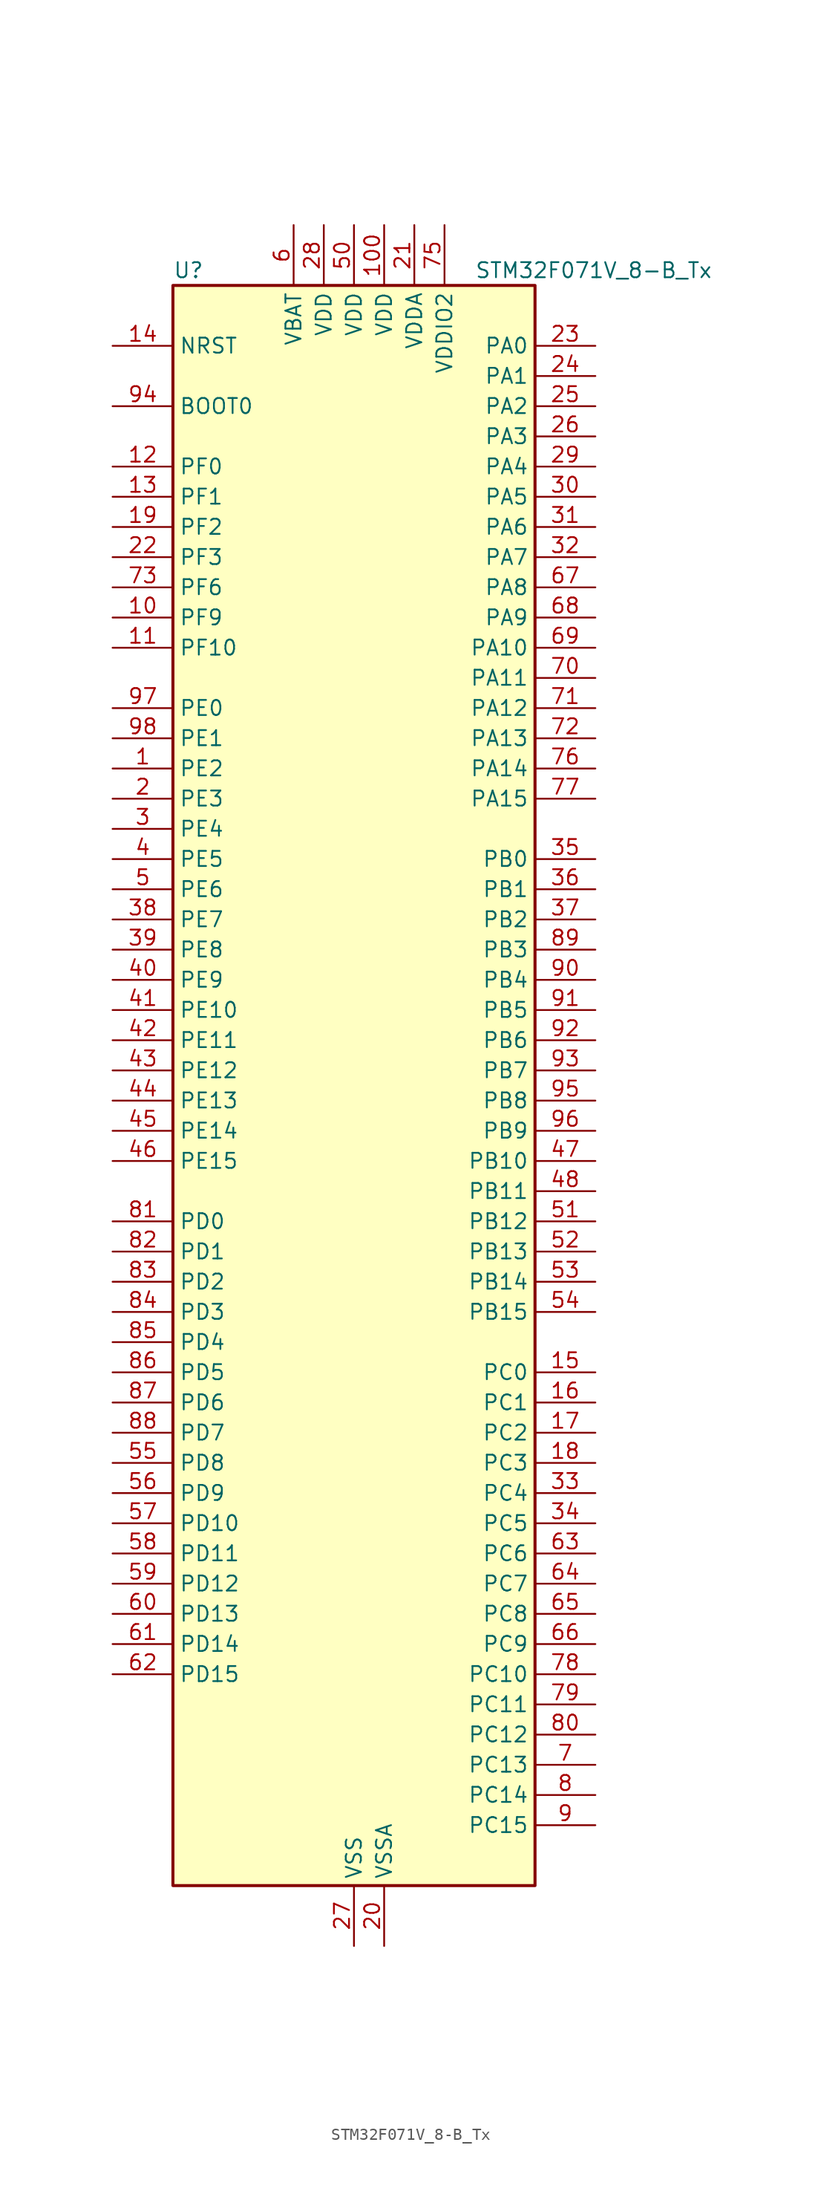
<source format=kicad_sym>
(kicad_symbol_lib
  (version 20241209)
  (generator "kicad_symbol_editor")
  (generator_version "9.0")
  (symbol "STM32F071V_8-B_Tx"
    (property "Reference" "U"
      (at -15.24 69.85 0)
      (effects (font (size 1.27 1.27)) (justify left)))
    (property "Value" "STM32F071V_8-B_Tx"
      (at 10.16 69.85 0)
      (effects (font (size 1.27 1.27)) (justify left)))
    (symbol "STM32F071V_8-B_Tx_0_1"
      (rectangle (start -15.24 -66.04) (end 15.24 68.58) (stroke (width 0.254) (type default)) (fill (type background))))
    (symbol "STM32F071V_8-B_Tx_1_1"
      (pin input line (at -20.32 63.5 0) (length 5.08) (name "NRST" (effects (font (size 1.27 1.27)))) (number "14" (effects (font (size 1.27 1.27)))))
      (pin input line (at -20.32 58.42 0) (length 5.08) (name "BOOT0" (effects (font (size 1.27 1.27)))) (number "94" (effects (font (size 1.27 1.27)))))
      (pin bidirectional line (at -20.32 53.34 0) (length 5.08) (name "PF0" (effects (font (size 1.27 1.27)))) (number "12" (effects (font (size 1.27 1.27)))) (alternate "CRS_SYNC" bidirectional line) (alternate "RCC_OSC_IN" bidirectional line))
      (pin bidirectional line (at -20.32 50.8 0) (length 5.08) (name "PF1" (effects (font (size 1.27 1.27)))) (number "13" (effects (font (size 1.27 1.27)))) (alternate "RCC_OSC_OUT" bidirectional line))
      (pin bidirectional line (at -20.32 48.26 0) (length 5.08) (name "PF2" (effects (font (size 1.27 1.27)))) (number "19" (effects (font (size 1.27 1.27)))) (alternate "SYS_WKUP8" bidirectional line))
      (pin bidirectional line (at -20.32 45.72 0) (length 5.08) (name "PF3" (effects (font (size 1.27 1.27)))) (number "22" (effects (font (size 1.27 1.27)))))
      (pin bidirectional line (at -20.32 43.18 0) (length 5.08) (name "PF6" (effects (font (size 1.27 1.27)))) (number "73" (effects (font (size 1.27 1.27)))))
      (pin bidirectional line (at -20.32 40.64 0) (length 5.08) (name "PF9" (effects (font (size 1.27 1.27)))) (number "10" (effects (font (size 1.27 1.27)))) (alternate "DAC_EXTI9" bidirectional line) (alternate "TIM15_CH1" bidirectional line))
      (pin bidirectional line (at -20.32 38.1 0) (length 5.08) (name "PF10" (effects (font (size 1.27 1.27)))) (number "11" (effects (font (size 1.27 1.27)))) (alternate "TIM15_CH2" bidirectional line))
      (pin bidirectional line (at -20.32 33.02 0) (length 5.08) (name "PE0" (effects (font (size 1.27 1.27)))) (number "97" (effects (font (size 1.27 1.27)))) (alternate "TIM16_CH1" bidirectional line))
      (pin bidirectional line (at -20.32 30.48 0) (length 5.08) (name "PE1" (effects (font (size 1.27 1.27)))) (number "98" (effects (font (size 1.27 1.27)))) (alternate "TIM17_CH1" bidirectional line))
      (pin bidirectional line (at -20.32 27.94 0) (length 5.08) (name "PE2" (effects (font (size 1.27 1.27)))) (number "1" (effects (font (size 1.27 1.27)))) (alternate "TIM3_ETR" bidirectional line) (alternate "TSC_G7_IO1" bidirectional line))
      (pin bidirectional line (at -20.32 25.4 0) (length 5.08) (name "PE3" (effects (font (size 1.27 1.27)))) (number "2" (effects (font (size 1.27 1.27)))) (alternate "TIM3_CH1" bidirectional line) (alternate "TSC_G7_IO2" bidirectional line))
      (pin bidirectional line (at -20.32 22.86 0) (length 5.08) (name "PE4" (effects (font (size 1.27 1.27)))) (number "3" (effects (font (size 1.27 1.27)))) (alternate "TIM3_CH2" bidirectional line) (alternate "TSC_G7_IO3" bidirectional line))
      (pin bidirectional line (at -20.32 20.32 0) (length 5.08) (name "PE5" (effects (font (size 1.27 1.27)))) (number "4" (effects (font (size 1.27 1.27)))) (alternate "TIM3_CH3" bidirectional line) (alternate "TSC_G7_IO4" bidirectional line))
      (pin bidirectional line (at -20.32 17.78 0) (length 5.08) (name "PE6" (effects (font (size 1.27 1.27)))) (number "5" (effects (font (size 1.27 1.27)))) (alternate "RTC_TAMP3" bidirectional line) (alternate "SYS_WKUP3" bidirectional line) (alternate "TIM3_CH4" bidirectional line))
      (pin bidirectional line (at -20.32 15.24 0) (length 5.08) (name "PE7" (effects (font (size 1.27 1.27)))) (number "38" (effects (font (size 1.27 1.27)))) (alternate "TIM1_ETR" bidirectional line))
      (pin bidirectional line (at -20.32 12.7 0) (length 5.08) (name "PE8" (effects (font (size 1.27 1.27)))) (number "39" (effects (font (size 1.27 1.27)))) (alternate "TIM1_CH1N" bidirectional line))
      (pin bidirectional line (at -20.32 10.16 0) (length 5.08) (name "PE9" (effects (font (size 1.27 1.27)))) (number "40" (effects (font (size 1.27 1.27)))) (alternate "DAC_EXTI9" bidirectional line) (alternate "TIM1_CH1" bidirectional line))
      (pin bidirectional line (at -20.32 7.62 0) (length 5.08) (name "PE10" (effects (font (size 1.27 1.27)))) (number "41" (effects (font (size 1.27 1.27)))) (alternate "TIM1_CH2N" bidirectional line))
      (pin bidirectional line (at -20.32 5.08 0) (length 5.08) (name "PE11" (effects (font (size 1.27 1.27)))) (number "42" (effects (font (size 1.27 1.27)))) (alternate "TIM1_CH2" bidirectional line))
      (pin bidirectional line (at -20.32 2.54 0) (length 5.08) (name "PE12" (effects (font (size 1.27 1.27)))) (number "43" (effects (font (size 1.27 1.27)))) (alternate "I2S1_WS" bidirectional line) (alternate "SPI1_NSS" bidirectional line) (alternate "TIM1_CH3N" bidirectional line))
      (pin bidirectional line (at -20.32 0 0) (length 5.08) (name "PE13" (effects (font (size 1.27 1.27)))) (number "44" (effects (font (size 1.27 1.27)))) (alternate "I2S1_CK" bidirectional line) (alternate "SPI1_SCK" bidirectional line) (alternate "TIM1_CH3" bidirectional line))
      (pin bidirectional line (at -20.32 -2.54 0) (length 5.08) (name "PE14" (effects (font (size 1.27 1.27)))) (number "45" (effects (font (size 1.27 1.27)))) (alternate "I2S1_MCK" bidirectional line) (alternate "SPI1_MISO" bidirectional line) (alternate "TIM1_CH4" bidirectional line))
      (pin bidirectional line (at -20.32 -5.08 0) (length 5.08) (name "PE15" (effects (font (size 1.27 1.27)))) (number "46" (effects (font (size 1.27 1.27)))) (alternate "I2S1_SD" bidirectional line) (alternate "SPI1_MOSI" bidirectional line) (alternate "TIM1_BKIN" bidirectional line))
      (pin bidirectional line (at -20.32 -10.16 0) (length 5.08) (name "PD0" (effects (font (size 1.27 1.27)))) (number "81" (effects (font (size 1.27 1.27)))) (alternate "I2S2_WS" bidirectional line) (alternate "SPI2_NSS" bidirectional line))
      (pin bidirectional line (at -20.32 -12.7 0) (length 5.08) (name "PD1" (effects (font (size 1.27 1.27)))) (number "82" (effects (font (size 1.27 1.27)))) (alternate "I2S2_CK" bidirectional line) (alternate "SPI2_SCK" bidirectional line))
      (pin bidirectional line (at -20.32 -15.24 0) (length 5.08) (name "PD2" (effects (font (size 1.27 1.27)))) (number "83" (effects (font (size 1.27 1.27)))) (alternate "TIM3_ETR" bidirectional line) (alternate "USART3_DE" bidirectional line) (alternate "USART3_RTS" bidirectional line))
      (pin bidirectional line (at -20.32 -17.78 0) (length 5.08) (name "PD3" (effects (font (size 1.27 1.27)))) (number "84" (effects (font (size 1.27 1.27)))) (alternate "I2S2_MCK" bidirectional line) (alternate "SPI2_MISO" bidirectional line) (alternate "USART2_CTS" bidirectional line))
      (pin bidirectional line (at -20.32 -20.32 0) (length 5.08) (name "PD4" (effects (font (size 1.27 1.27)))) (number "85" (effects (font (size 1.27 1.27)))) (alternate "I2S2_SD" bidirectional line) (alternate "SPI2_MOSI" bidirectional line) (alternate "USART2_DE" bidirectional line) (alternate "USART2_RTS" bidirectional line))
      (pin bidirectional line (at -20.32 -22.86 0) (length 5.08) (name "PD5" (effects (font (size 1.27 1.27)))) (number "86" (effects (font (size 1.27 1.27)))) (alternate "USART2_TX" bidirectional line))
      (pin bidirectional line (at -20.32 -25.4 0) (length 5.08) (name "PD6" (effects (font (size 1.27 1.27)))) (number "87" (effects (font (size 1.27 1.27)))) (alternate "USART2_RX" bidirectional line))
      (pin bidirectional line (at -20.32 -27.94 0) (length 5.08) (name "PD7" (effects (font (size 1.27 1.27)))) (number "88" (effects (font (size 1.27 1.27)))) (alternate "USART2_CK" bidirectional line))
      (pin bidirectional line (at -20.32 -30.48 0) (length 5.08) (name "PD8" (effects (font (size 1.27 1.27)))) (number "55" (effects (font (size 1.27 1.27)))) (alternate "USART3_TX" bidirectional line))
      (pin bidirectional line (at -20.32 -33.02 0) (length 5.08) (name "PD9" (effects (font (size 1.27 1.27)))) (number "56" (effects (font (size 1.27 1.27)))) (alternate "DAC_EXTI9" bidirectional line) (alternate "USART3_RX" bidirectional line))
      (pin bidirectional line (at -20.32 -35.56 0) (length 5.08) (name "PD10" (effects (font (size 1.27 1.27)))) (number "57" (effects (font (size 1.27 1.27)))) (alternate "USART3_CK" bidirectional line))
      (pin bidirectional line (at -20.32 -38.1 0) (length 5.08) (name "PD11" (effects (font (size 1.27 1.27)))) (number "58" (effects (font (size 1.27 1.27)))) (alternate "USART3_CTS" bidirectional line))
      (pin bidirectional line (at -20.32 -40.64 0) (length 5.08) (name "PD12" (effects (font (size 1.27 1.27)))) (number "59" (effects (font (size 1.27 1.27)))) (alternate "TSC_G8_IO1" bidirectional line) (alternate "USART3_DE" bidirectional line) (alternate "USART3_RTS" bidirectional line))
      (pin bidirectional line (at -20.32 -43.18 0) (length 5.08) (name "PD13" (effects (font (size 1.27 1.27)))) (number "60" (effects (font (size 1.27 1.27)))) (alternate "TSC_G8_IO2" bidirectional line))
      (pin bidirectional line (at -20.32 -45.72 0) (length 5.08) (name "PD14" (effects (font (size 1.27 1.27)))) (number "61" (effects (font (size 1.27 1.27)))) (alternate "TSC_G8_IO3" bidirectional line))
      (pin bidirectional line (at -20.32 -48.26 0) (length 5.08) (name "PD15" (effects (font (size 1.27 1.27)))) (number "62" (effects (font (size 1.27 1.27)))) (alternate "CRS_SYNC" bidirectional line) (alternate "TSC_G8_IO4" bidirectional line))
      (pin power_in line (at -5.08 73.66 270) (length 5.08) (name "VBAT" (effects (font (size 1.27 1.27)))) (number "6" (effects (font (size 1.27 1.27)))))
      (pin power_in line (at -2.54 73.66 270) (length 5.08) (name "VDD" (effects (font (size 1.27 1.27)))) (number "28" (effects (font (size 1.27 1.27)))))
      (pin power_in line (at 0 73.66 270) (length 5.08) (name "VDD" (effects (font (size 1.27 1.27)))) (number "50" (effects (font (size 1.27 1.27)))))
      (pin power_in line (at 0 -71.12 90) (length 5.08) (name "VSS" (effects (font (size 1.27 1.27)))) (number "27" (effects (font (size 1.27 1.27)))))
      (pin passive line (at 0 -71.12 90) (length 5.08) (hide yes) (name "VSS" (effects (font (size 1.27 1.27)))) (number "49" (effects (font (size 1.27 1.27)))))
      (pin passive line (at 0 -71.12 90) (length 5.08) (hide yes) (name "VSS" (effects (font (size 1.27 1.27)))) (number "74" (effects (font (size 1.27 1.27)))))
      (pin passive line (at 0 -71.12 90) (length 5.08) (hide yes) (name "VSS" (effects (font (size 1.27 1.27)))) (number "99" (effects (font (size 1.27 1.27)))))
      (pin power_in line (at 2.54 73.66 270) (length 5.08) (name "VDD" (effects (font (size 1.27 1.27)))) (number "100" (effects (font (size 1.27 1.27)))))
      (pin power_in line (at 2.54 -71.12 90) (length 5.08) (name "VSSA" (effects (font (size 1.27 1.27)))) (number "20" (effects (font (size 1.27 1.27)))))
      (pin power_in line (at 5.08 73.66 270) (length 5.08) (name "VDDA" (effects (font (size 1.27 1.27)))) (number "21" (effects (font (size 1.27 1.27)))))
      (pin power_in line (at 7.62 73.66 270) (length 5.08) (name "VDDIO2" (effects (font (size 1.27 1.27)))) (number "75" (effects (font (size 1.27 1.27)))))
      (pin bidirectional line (at 20.32 63.5 180) (length 5.08) (name "PA0" (effects (font (size 1.27 1.27)))) (number "23" (effects (font (size 1.27 1.27)))) (alternate "ADC_IN0" bidirectional line) (alternate "COMP1_INM" bidirectional line) (alternate "COMP1_OUT" bidirectional line) (alternate "RTC_TAMP2" bidirectional line) (alternate "SYS_WKUP1" bidirectional line) (alternate "TIM2_CH1" bidirectional line) (alternate "TIM2_ETR" bidirectional line) (alternate "TSC_G1_IO1" bidirectional line) (alternate "USART2_CTS" bidirectional line) (alternate "USART4_TX" bidirectional line))
      (pin bidirectional line (at 20.32 60.96 180) (length 5.08) (name "PA1" (effects (font (size 1.27 1.27)))) (number "24" (effects (font (size 1.27 1.27)))) (alternate "ADC_IN1" bidirectional line) (alternate "COMP1_INP" bidirectional line) (alternate "TIM15_CH1N" bidirectional line) (alternate "TIM2_CH2" bidirectional line) (alternate "TSC_G1_IO2" bidirectional line) (alternate "USART2_DE" bidirectional line) (alternate "USART2_RTS" bidirectional line) (alternate "USART4_RX" bidirectional line))
      (pin bidirectional line (at 20.32 58.42 180) (length 5.08) (name "PA2" (effects (font (size 1.27 1.27)))) (number "25" (effects (font (size 1.27 1.27)))) (alternate "ADC_IN2" bidirectional line) (alternate "COMP2_INM" bidirectional line) (alternate "COMP2_OUT" bidirectional line) (alternate "SYS_WKUP4" bidirectional line) (alternate "TIM15_CH1" bidirectional line) (alternate "TIM2_CH3" bidirectional line) (alternate "TSC_G1_IO3" bidirectional line) (alternate "USART2_TX" bidirectional line))
      (pin bidirectional line (at 20.32 55.88 180) (length 5.08) (name "PA3" (effects (font (size 1.27 1.27)))) (number "26" (effects (font (size 1.27 1.27)))) (alternate "ADC_IN3" bidirectional line) (alternate "COMP2_INP" bidirectional line) (alternate "TIM15_CH2" bidirectional line) (alternate "TIM2_CH4" bidirectional line) (alternate "TSC_G1_IO4" bidirectional line) (alternate "USART2_RX" bidirectional line))
      (pin bidirectional line (at 20.32 53.34 180) (length 5.08) (name "PA4" (effects (font (size 1.27 1.27)))) (number "29" (effects (font (size 1.27 1.27)))) (alternate "ADC_IN4" bidirectional line) (alternate "COMP1_INM" bidirectional line) (alternate "COMP2_INM" bidirectional line) (alternate "DAC_OUT1" bidirectional line) (alternate "I2S1_WS" bidirectional line) (alternate "SPI1_NSS" bidirectional line) (alternate "TIM14_CH1" bidirectional line) (alternate "TSC_G2_IO1" bidirectional line) (alternate "USART2_CK" bidirectional line))
      (pin bidirectional line (at 20.32 50.8 180) (length 5.08) (name "PA5" (effects (font (size 1.27 1.27)))) (number "30" (effects (font (size 1.27 1.27)))) (alternate "ADC_IN5" bidirectional line) (alternate "CEC" bidirectional line) (alternate "COMP1_INM" bidirectional line) (alternate "COMP2_INM" bidirectional line) (alternate "DAC_OUT2" bidirectional line) (alternate "I2S1_CK" bidirectional line) (alternate "SPI1_SCK" bidirectional line) (alternate "TIM2_CH1" bidirectional line) (alternate "TIM2_ETR" bidirectional line) (alternate "TSC_G2_IO2" bidirectional line))
      (pin bidirectional line (at 20.32 48.26 180) (length 5.08) (name "PA6" (effects (font (size 1.27 1.27)))) (number "31" (effects (font (size 1.27 1.27)))) (alternate "ADC_IN6" bidirectional line) (alternate "COMP1_OUT" bidirectional line) (alternate "I2S1_MCK" bidirectional line) (alternate "SPI1_MISO" bidirectional line) (alternate "TIM16_CH1" bidirectional line) (alternate "TIM1_BKIN" bidirectional line) (alternate "TIM3_CH1" bidirectional line) (alternate "TSC_G2_IO3" bidirectional line) (alternate "USART3_CTS" bidirectional line))
      (pin bidirectional line (at 20.32 45.72 180) (length 5.08) (name "PA7" (effects (font (size 1.27 1.27)))) (number "32" (effects (font (size 1.27 1.27)))) (alternate "ADC_IN7" bidirectional line) (alternate "COMP2_OUT" bidirectional line) (alternate "I2S1_SD" bidirectional line) (alternate "SPI1_MOSI" bidirectional line) (alternate "TIM14_CH1" bidirectional line) (alternate "TIM17_CH1" bidirectional line) (alternate "TIM1_CH1N" bidirectional line) (alternate "TIM3_CH2" bidirectional line) (alternate "TSC_G2_IO4" bidirectional line))
      (pin bidirectional line (at 20.32 43.18 180) (length 5.08) (name "PA8" (effects (font (size 1.27 1.27)))) (number "67" (effects (font (size 1.27 1.27)))) (alternate "CRS_SYNC" bidirectional line) (alternate "RCC_MCO" bidirectional line) (alternate "TIM1_CH1" bidirectional line) (alternate "USART1_CK" bidirectional line))
      (pin bidirectional line (at 20.32 40.64 180) (length 5.08) (name "PA9" (effects (font (size 1.27 1.27)))) (number "68" (effects (font (size 1.27 1.27)))) (alternate "DAC_EXTI9" bidirectional line) (alternate "TIM15_BKIN" bidirectional line) (alternate "TIM1_CH2" bidirectional line) (alternate "TSC_G4_IO1" bidirectional line) (alternate "USART1_TX" bidirectional line))
      (pin bidirectional line (at 20.32 38.1 180) (length 5.08) (name "PA10" (effects (font (size 1.27 1.27)))) (number "69" (effects (font (size 1.27 1.27)))) (alternate "TIM17_BKIN" bidirectional line) (alternate "TIM1_CH3" bidirectional line) (alternate "TSC_G4_IO2" bidirectional line) (alternate "USART1_RX" bidirectional line))
      (pin bidirectional line (at 20.32 35.56 180) (length 5.08) (name "PA11" (effects (font (size 1.27 1.27)))) (number "70" (effects (font (size 1.27 1.27)))) (alternate "COMP1_OUT" bidirectional line) (alternate "TIM1_CH4" bidirectional line) (alternate "TSC_G4_IO3" bidirectional line) (alternate "USART1_CTS" bidirectional line))
      (pin bidirectional line (at 20.32 33.02 180) (length 5.08) (name "PA12" (effects (font (size 1.27 1.27)))) (number "71" (effects (font (size 1.27 1.27)))) (alternate "COMP2_OUT" bidirectional line) (alternate "TIM1_ETR" bidirectional line) (alternate "TSC_G4_IO4" bidirectional line) (alternate "USART1_DE" bidirectional line) (alternate "USART1_RTS" bidirectional line))
      (pin bidirectional line (at 20.32 30.48 180) (length 5.08) (name "PA13" (effects (font (size 1.27 1.27)))) (number "72" (effects (font (size 1.27 1.27)))) (alternate "IR_OUT" bidirectional line) (alternate "SYS_SWDIO" bidirectional line))
      (pin bidirectional line (at 20.32 27.94 180) (length 5.08) (name "PA14" (effects (font (size 1.27 1.27)))) (number "76" (effects (font (size 1.27 1.27)))) (alternate "SYS_SWCLK" bidirectional line) (alternate "USART2_TX" bidirectional line))
      (pin bidirectional line (at 20.32 25.4 180) (length 5.08) (name "PA15" (effects (font (size 1.27 1.27)))) (number "77" (effects (font (size 1.27 1.27)))) (alternate "I2S1_WS" bidirectional line) (alternate "SPI1_NSS" bidirectional line) (alternate "TIM2_CH1" bidirectional line) (alternate "TIM2_ETR" bidirectional line) (alternate "USART2_RX" bidirectional line) (alternate "USART4_DE" bidirectional line) (alternate "USART4_RTS" bidirectional line))
      (pin bidirectional line (at 20.32 20.32 180) (length 5.08) (name "PB0" (effects (font (size 1.27 1.27)))) (number "35" (effects (font (size 1.27 1.27)))) (alternate "ADC_IN8" bidirectional line) (alternate "TIM1_CH2N" bidirectional line) (alternate "TIM3_CH3" bidirectional line) (alternate "TSC_G3_IO2" bidirectional line) (alternate "USART3_CK" bidirectional line))
      (pin bidirectional line (at 20.32 17.78 180) (length 5.08) (name "PB1" (effects (font (size 1.27 1.27)))) (number "36" (effects (font (size 1.27 1.27)))) (alternate "ADC_IN9" bidirectional line) (alternate "TIM14_CH1" bidirectional line) (alternate "TIM1_CH3N" bidirectional line) (alternate "TIM3_CH4" bidirectional line) (alternate "TSC_G3_IO3" bidirectional line) (alternate "USART3_DE" bidirectional line) (alternate "USART3_RTS" bidirectional line))
      (pin bidirectional line (at 20.32 15.24 180) (length 5.08) (name "PB2" (effects (font (size 1.27 1.27)))) (number "37" (effects (font (size 1.27 1.27)))) (alternate "TSC_G3_IO4" bidirectional line))
      (pin bidirectional line (at 20.32 12.7 180) (length 5.08) (name "PB3" (effects (font (size 1.27 1.27)))) (number "89" (effects (font (size 1.27 1.27)))) (alternate "I2S1_CK" bidirectional line) (alternate "SPI1_SCK" bidirectional line) (alternate "TIM2_CH2" bidirectional line) (alternate "TSC_G5_IO1" bidirectional line))
      (pin bidirectional line (at 20.32 10.16 180) (length 5.08) (name "PB4" (effects (font (size 1.27 1.27)))) (number "90" (effects (font (size 1.27 1.27)))) (alternate "I2S1_MCK" bidirectional line) (alternate "SPI1_MISO" bidirectional line) (alternate "TIM17_BKIN" bidirectional line) (alternate "TIM3_CH1" bidirectional line) (alternate "TSC_G5_IO2" bidirectional line))
      (pin bidirectional line (at 20.32 7.62 180) (length 5.08) (name "PB5" (effects (font (size 1.27 1.27)))) (number "91" (effects (font (size 1.27 1.27)))) (alternate "I2C1_SMBA" bidirectional line) (alternate "I2S1_SD" bidirectional line) (alternate "SPI1_MOSI" bidirectional line) (alternate "SYS_WKUP6" bidirectional line) (alternate "TIM16_BKIN" bidirectional line) (alternate "TIM3_CH2" bidirectional line))
      (pin bidirectional line (at 20.32 5.08 180) (length 5.08) (name "PB6" (effects (font (size 1.27 1.27)))) (number "92" (effects (font (size 1.27 1.27)))) (alternate "I2C1_SCL" bidirectional line) (alternate "TIM16_CH1N" bidirectional line) (alternate "TSC_G5_IO3" bidirectional line) (alternate "USART1_TX" bidirectional line))
      (pin bidirectional line (at 20.32 2.54 180) (length 5.08) (name "PB7" (effects (font (size 1.27 1.27)))) (number "93" (effects (font (size 1.27 1.27)))) (alternate "I2C1_SDA" bidirectional line) (alternate "TIM17_CH1N" bidirectional line) (alternate "TSC_G5_IO4" bidirectional line) (alternate "USART1_RX" bidirectional line) (alternate "USART4_CTS" bidirectional line))
      (pin bidirectional line (at 20.32 0 180) (length 5.08) (name "PB8" (effects (font (size 1.27 1.27)))) (number "95" (effects (font (size 1.27 1.27)))) (alternate "CEC" bidirectional line) (alternate "I2C1_SCL" bidirectional line) (alternate "TIM16_CH1" bidirectional line) (alternate "TSC_SYNC" bidirectional line))
      (pin bidirectional line (at 20.32 -2.54 180) (length 5.08) (name "PB9" (effects (font (size 1.27 1.27)))) (number "96" (effects (font (size 1.27 1.27)))) (alternate "DAC_EXTI9" bidirectional line) (alternate "I2C1_SDA" bidirectional line) (alternate "I2S2_WS" bidirectional line) (alternate "IR_OUT" bidirectional line) (alternate "SPI2_NSS" bidirectional line) (alternate "TIM17_CH1" bidirectional line))
      (pin bidirectional line (at 20.32 -5.08 180) (length 5.08) (name "PB10" (effects (font (size 1.27 1.27)))) (number "47" (effects (font (size 1.27 1.27)))) (alternate "CEC" bidirectional line) (alternate "I2C2_SCL" bidirectional line) (alternate "I2S2_CK" bidirectional line) (alternate "SPI2_SCK" bidirectional line) (alternate "TIM2_CH3" bidirectional line) (alternate "TSC_SYNC" bidirectional line) (alternate "USART3_TX" bidirectional line))
      (pin bidirectional line (at 20.32 -7.62 180) (length 5.08) (name "PB11" (effects (font (size 1.27 1.27)))) (number "48" (effects (font (size 1.27 1.27)))) (alternate "I2C2_SDA" bidirectional line) (alternate "TIM2_CH4" bidirectional line) (alternate "TSC_G6_IO1" bidirectional line) (alternate "USART3_RX" bidirectional line))
      (pin bidirectional line (at 20.32 -10.16 180) (length 5.08) (name "PB12" (effects (font (size 1.27 1.27)))) (number "51" (effects (font (size 1.27 1.27)))) (alternate "I2S2_WS" bidirectional line) (alternate "SPI2_NSS" bidirectional line) (alternate "TIM15_BKIN" bidirectional line) (alternate "TIM1_BKIN" bidirectional line) (alternate "TSC_G6_IO2" bidirectional line) (alternate "USART3_CK" bidirectional line))
      (pin bidirectional line (at 20.32 -12.7 180) (length 5.08) (name "PB13" (effects (font (size 1.27 1.27)))) (number "52" (effects (font (size 1.27 1.27)))) (alternate "I2C2_SCL" bidirectional line) (alternate "I2S2_CK" bidirectional line) (alternate "SPI2_SCK" bidirectional line) (alternate "TIM1_CH1N" bidirectional line) (alternate "TSC_G6_IO3" bidirectional line) (alternate "USART3_CTS" bidirectional line))
      (pin bidirectional line (at 20.32 -15.24 180) (length 5.08) (name "PB14" (effects (font (size 1.27 1.27)))) (number "53" (effects (font (size 1.27 1.27)))) (alternate "I2C2_SDA" bidirectional line) (alternate "I2S2_MCK" bidirectional line) (alternate "SPI2_MISO" bidirectional line) (alternate "TIM15_CH1" bidirectional line) (alternate "TIM1_CH2N" bidirectional line) (alternate "TSC_G6_IO4" bidirectional line) (alternate "USART3_DE" bidirectional line) (alternate "USART3_RTS" bidirectional line))
      (pin bidirectional line (at 20.32 -17.78 180) (length 5.08) (name "PB15" (effects (font (size 1.27 1.27)))) (number "54" (effects (font (size 1.27 1.27)))) (alternate "I2S2_SD" bidirectional line) (alternate "RTC_REFIN" bidirectional line) (alternate "SPI2_MOSI" bidirectional line) (alternate "SYS_WKUP7" bidirectional line) (alternate "TIM15_CH1N" bidirectional line) (alternate "TIM15_CH2" bidirectional line) (alternate "TIM1_CH3N" bidirectional line))
      (pin bidirectional line (at 20.32 -22.86 180) (length 5.08) (name "PC0" (effects (font (size 1.27 1.27)))) (number "15" (effects (font (size 1.27 1.27)))) (alternate "ADC_IN10" bidirectional line))
      (pin bidirectional line (at 20.32 -25.4 180) (length 5.08) (name "PC1" (effects (font (size 1.27 1.27)))) (number "16" (effects (font (size 1.27 1.27)))) (alternate "ADC_IN11" bidirectional line))
      (pin bidirectional line (at 20.32 -27.94 180) (length 5.08) (name "PC2" (effects (font (size 1.27 1.27)))) (number "17" (effects (font (size 1.27 1.27)))) (alternate "ADC_IN12" bidirectional line) (alternate "I2S2_MCK" bidirectional line) (alternate "SPI2_MISO" bidirectional line))
      (pin bidirectional line (at 20.32 -30.48 180) (length 5.08) (name "PC3" (effects (font (size 1.27 1.27)))) (number "18" (effects (font (size 1.27 1.27)))) (alternate "ADC_IN13" bidirectional line) (alternate "I2S2_SD" bidirectional line) (alternate "SPI2_MOSI" bidirectional line))
      (pin bidirectional line (at 20.32 -33.02 180) (length 5.08) (name "PC4" (effects (font (size 1.27 1.27)))) (number "33" (effects (font (size 1.27 1.27)))) (alternate "ADC_IN14" bidirectional line) (alternate "USART3_TX" bidirectional line))
      (pin bidirectional line (at 20.32 -35.56 180) (length 5.08) (name "PC5" (effects (font (size 1.27 1.27)))) (number "34" (effects (font (size 1.27 1.27)))) (alternate "ADC_IN15" bidirectional line) (alternate "SYS_WKUP5" bidirectional line) (alternate "TSC_G3_IO1" bidirectional line) (alternate "USART3_RX" bidirectional line))
      (pin bidirectional line (at 20.32 -38.1 180) (length 5.08) (name "PC6" (effects (font (size 1.27 1.27)))) (number "63" (effects (font (size 1.27 1.27)))) (alternate "TIM3_CH1" bidirectional line))
      (pin bidirectional line (at 20.32 -40.64 180) (length 5.08) (name "PC7" (effects (font (size 1.27 1.27)))) (number "64" (effects (font (size 1.27 1.27)))) (alternate "TIM3_CH2" bidirectional line))
      (pin bidirectional line (at 20.32 -43.18 180) (length 5.08) (name "PC8" (effects (font (size 1.27 1.27)))) (number "65" (effects (font (size 1.27 1.27)))) (alternate "TIM3_CH3" bidirectional line))
      (pin bidirectional line (at 20.32 -45.72 180) (length 5.08) (name "PC9" (effects (font (size 1.27 1.27)))) (number "66" (effects (font (size 1.27 1.27)))) (alternate "DAC_EXTI9" bidirectional line) (alternate "TIM3_CH4" bidirectional line))
      (pin bidirectional line (at 20.32 -48.26 180) (length 5.08) (name "PC10" (effects (font (size 1.27 1.27)))) (number "78" (effects (font (size 1.27 1.27)))) (alternate "USART3_TX" bidirectional line) (alternate "USART4_TX" bidirectional line))
      (pin bidirectional line (at 20.32 -50.8 180) (length 5.08) (name "PC11" (effects (font (size 1.27 1.27)))) (number "79" (effects (font (size 1.27 1.27)))) (alternate "USART3_RX" bidirectional line) (alternate "USART4_RX" bidirectional line))
      (pin bidirectional line (at 20.32 -53.34 180) (length 5.08) (name "PC12" (effects (font (size 1.27 1.27)))) (number "80" (effects (font (size 1.27 1.27)))) (alternate "USART3_CK" bidirectional line) (alternate "USART4_CK" bidirectional line))
      (pin bidirectional line (at 20.32 -55.88 180) (length 5.08) (name "PC13" (effects (font (size 1.27 1.27)))) (number "7" (effects (font (size 1.27 1.27)))) (alternate "RTC_OUT_ALARM" bidirectional line) (alternate "RTC_OUT_CALIB" bidirectional line) (alternate "RTC_TAMP1" bidirectional line) (alternate "RTC_TS" bidirectional line) (alternate "SYS_WKUP2" bidirectional line))
      (pin bidirectional line (at 20.32 -58.42 180) (length 5.08) (name "PC14" (effects (font (size 1.27 1.27)))) (number "8" (effects (font (size 1.27 1.27)))) (alternate "RCC_OSC32_IN" bidirectional line))
      (pin bidirectional line (at 20.32 -60.96 180) (length 5.08) (name "PC15" (effects (font (size 1.27 1.27)))) (number "9" (effects (font (size 1.27 1.27)))) (alternate "RCC_OSC32_OUT" bidirectional line)))))
</source>
